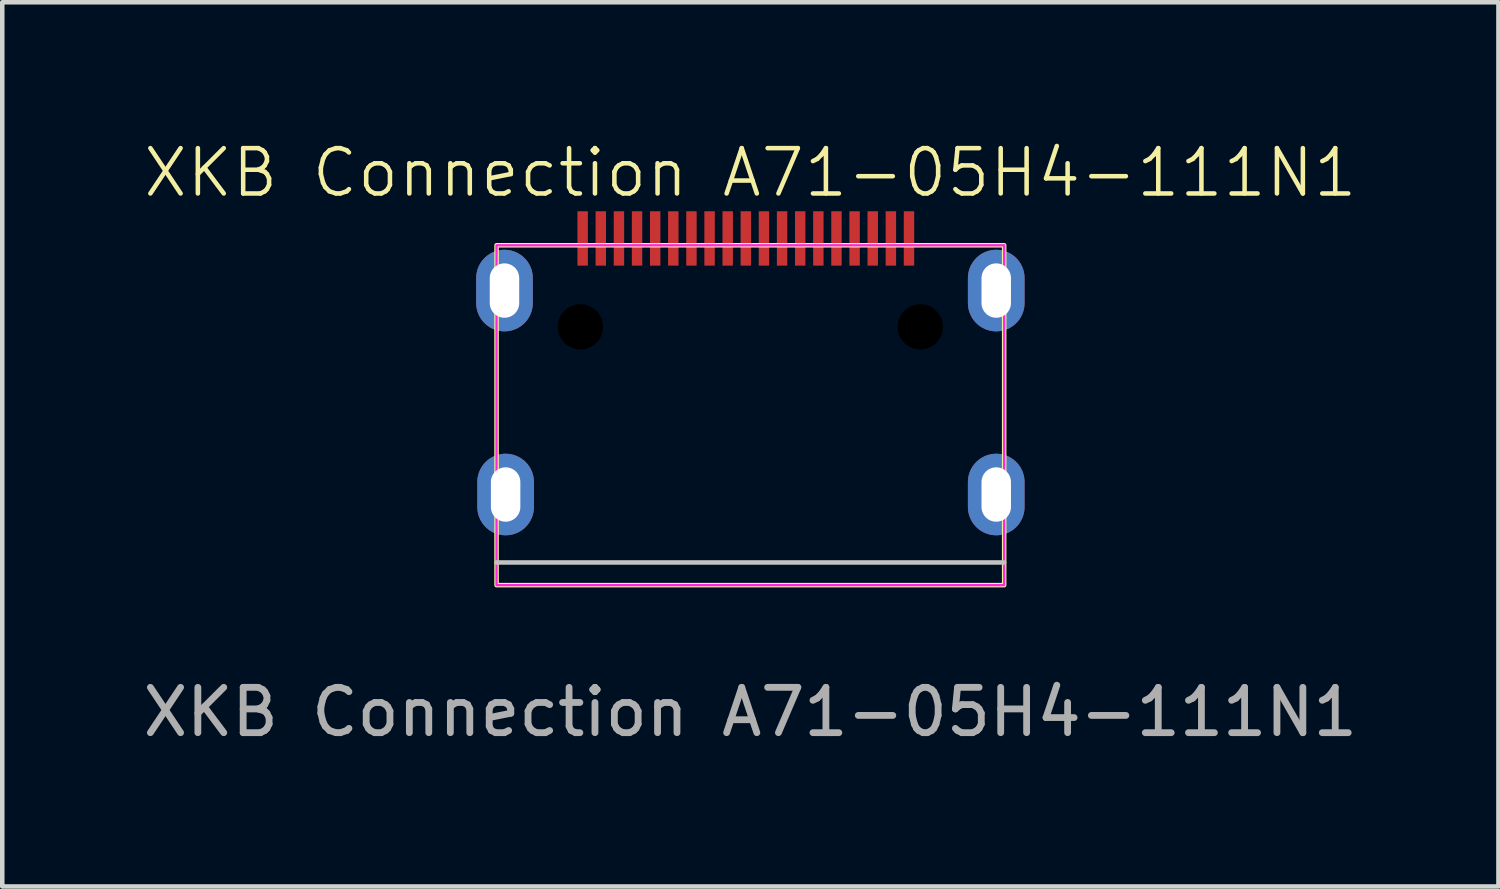
<source format=kicad_pcb>
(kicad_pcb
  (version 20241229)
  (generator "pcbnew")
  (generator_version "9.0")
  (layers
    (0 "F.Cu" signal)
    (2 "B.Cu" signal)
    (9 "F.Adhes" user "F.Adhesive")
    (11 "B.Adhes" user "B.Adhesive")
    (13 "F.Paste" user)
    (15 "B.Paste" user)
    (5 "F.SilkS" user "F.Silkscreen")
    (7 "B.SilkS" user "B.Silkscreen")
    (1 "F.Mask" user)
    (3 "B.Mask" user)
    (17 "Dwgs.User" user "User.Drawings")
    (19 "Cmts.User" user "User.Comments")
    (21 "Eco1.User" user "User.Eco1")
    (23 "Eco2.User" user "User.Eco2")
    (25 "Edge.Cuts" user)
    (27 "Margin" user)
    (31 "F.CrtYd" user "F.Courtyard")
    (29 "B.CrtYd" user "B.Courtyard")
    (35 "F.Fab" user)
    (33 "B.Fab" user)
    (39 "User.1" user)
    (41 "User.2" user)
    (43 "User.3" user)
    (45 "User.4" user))
  (footprint "XKB Connection A71-05H4-111N1"
    (layer "F.Cu")
    (at 13.506 3.361)
    (property "Reference" "XKB Connection A71-05H4-111N1" (at 0 -2.6 0) (unlocked yes) (layer "F.SilkS") (effects (font (size 1 1) (thickness 0.1))))
    (attr smd)
    (fp_rect (start -5.6 -1) (end 5.6 6.5) (stroke (width 0.1) (type default)) (fill no) (layer "F.SilkS"))
    (fp_line (start -5.6 6) (end 5.6 6) (stroke (width 0.1) (type default)) (layer "Dwgs.User"))
    (fp_rect (start -5.6 -1) (end 5.6 6.5) (stroke (width 0.05) (type solid)) (fill no) (layer "F.CrtYd"))
    (fp_text user "${REFERENCE}" (at 0 9.3 0) (unlocked yes) (layer "F.Fab") (effects (font (size 1 1) (thickness 0.15))))
    (pad "" np_thru_hole circle (at -3.75 0.8) (size 1 1) (drill 1) (layers "*.Mask"))
    (pad "" np_thru_hole circle (at 3.75 0.8) (size 1 1) (drill 1) (layers "*.Mask"))
    (pad "1" smd rect (at 3.5 -1.15) (size 0.23 1.2) (layers "F.Cu" "F.Mask" "F.Paste"))
    (pad "2" smd rect (at 3.1 -1.15) (size 0.23 1.2) (layers "F.Cu" "F.Mask" "F.Paste"))
    (pad "3" smd rect (at 2.7 -1.15) (size 0.23 1.2) (layers "F.Cu" "F.Mask" "F.Paste"))
    (pad "4" smd rect (at 2.3 -1.15) (size 0.23 1.2) (layers "F.Cu" "F.Mask" "F.Paste"))
    (pad "5" smd rect (at 1.9 -1.15) (size 0.23 1.2) (layers "F.Cu" "F.Mask" "F.Paste"))
    (pad "6" smd rect (at 1.5 -1.15) (size 0.23 1.2) (layers "F.Cu" "F.Mask" "F.Paste"))
    (pad "7" smd rect (at 1.1 -1.15) (size 0.23 1.2) (layers "F.Cu" "F.Mask" "F.Paste"))
    (pad "8" smd rect (at 0.7 -1.15) (size 0.23 1.2) (layers "F.Cu" "F.Mask" "F.Paste"))
    (pad "9" smd rect (at 0.3 -1.15) (size 0.23 1.2) (layers "F.Cu" "F.Mask" "F.Paste"))
    (pad "10" smd rect (at -0.1 -1.15) (size 0.23 1.2) (layers "F.Cu" "F.Mask" "F.Paste"))
    (pad "11" smd rect (at -0.5 -1.15) (size 0.23 1.2) (layers "F.Cu" "F.Mask" "F.Paste"))
    (pad "12" smd rect (at -0.9 -1.15) (size 0.23 1.2) (layers "F.Cu" "F.Mask" "F.Paste"))
    (pad "13" smd rect (at -1.3 -1.15) (size 0.23 1.2) (layers "F.Cu" "F.Mask" "F.Paste"))
    (pad "14" smd rect (at -1.7 -1.15) (size 0.23 1.2) (layers "F.Cu" "F.Mask" "F.Paste"))
    (pad "15" smd rect (at -2.1 -1.15) (size 0.23 1.2) (layers "F.Cu" "F.Mask" "F.Paste"))
    (pad "16" smd rect (at -2.5 -1.15) (size 0.23 1.2) (layers "F.Cu" "F.Mask" "F.Paste"))
    (pad "17" smd rect (at -2.9 -1.15) (size 0.23 1.2) (layers "F.Cu" "F.Mask" "F.Paste"))
    (pad "18" smd rect (at -3.3 -1.15) (size 0.23 1.2) (layers "F.Cu" "F.Mask" "F.Paste"))
    (pad "19" smd rect (at -3.7 -1.15) (size 0.23 1.2) (layers "F.Cu" "F.Mask" "F.Paste"))
    (pad "SH" thru_hole oval (at -5.425 0) (size 1.25 1.8) (drill oval 0.65 1.2) (layers "*.Cu" "*.Mask"))
    (pad "SH" thru_hole oval (at -5.4 4.5) (size 1.25 1.8) (drill oval 0.65 1.2) (layers "*.Cu" "*.Mask"))
    (pad "SH" thru_hole oval (at 5.425 0) (size 1.25 1.8) (drill oval 0.65 1.2) (layers "*.Cu" "*.Mask"))
    (pad "SH" thru_hole oval (at 5.425 4.5) (size 1.25 1.8) (drill oval 0.65 1.2) (layers "*.Cu" "*.Mask")))
  (gr_rect
    (start -3 -3)
    (end 30.012 16.509)
    (stroke (width 0.1) (type default))
    (fill no)
    (layer "Edge.Cuts")))
</source>
